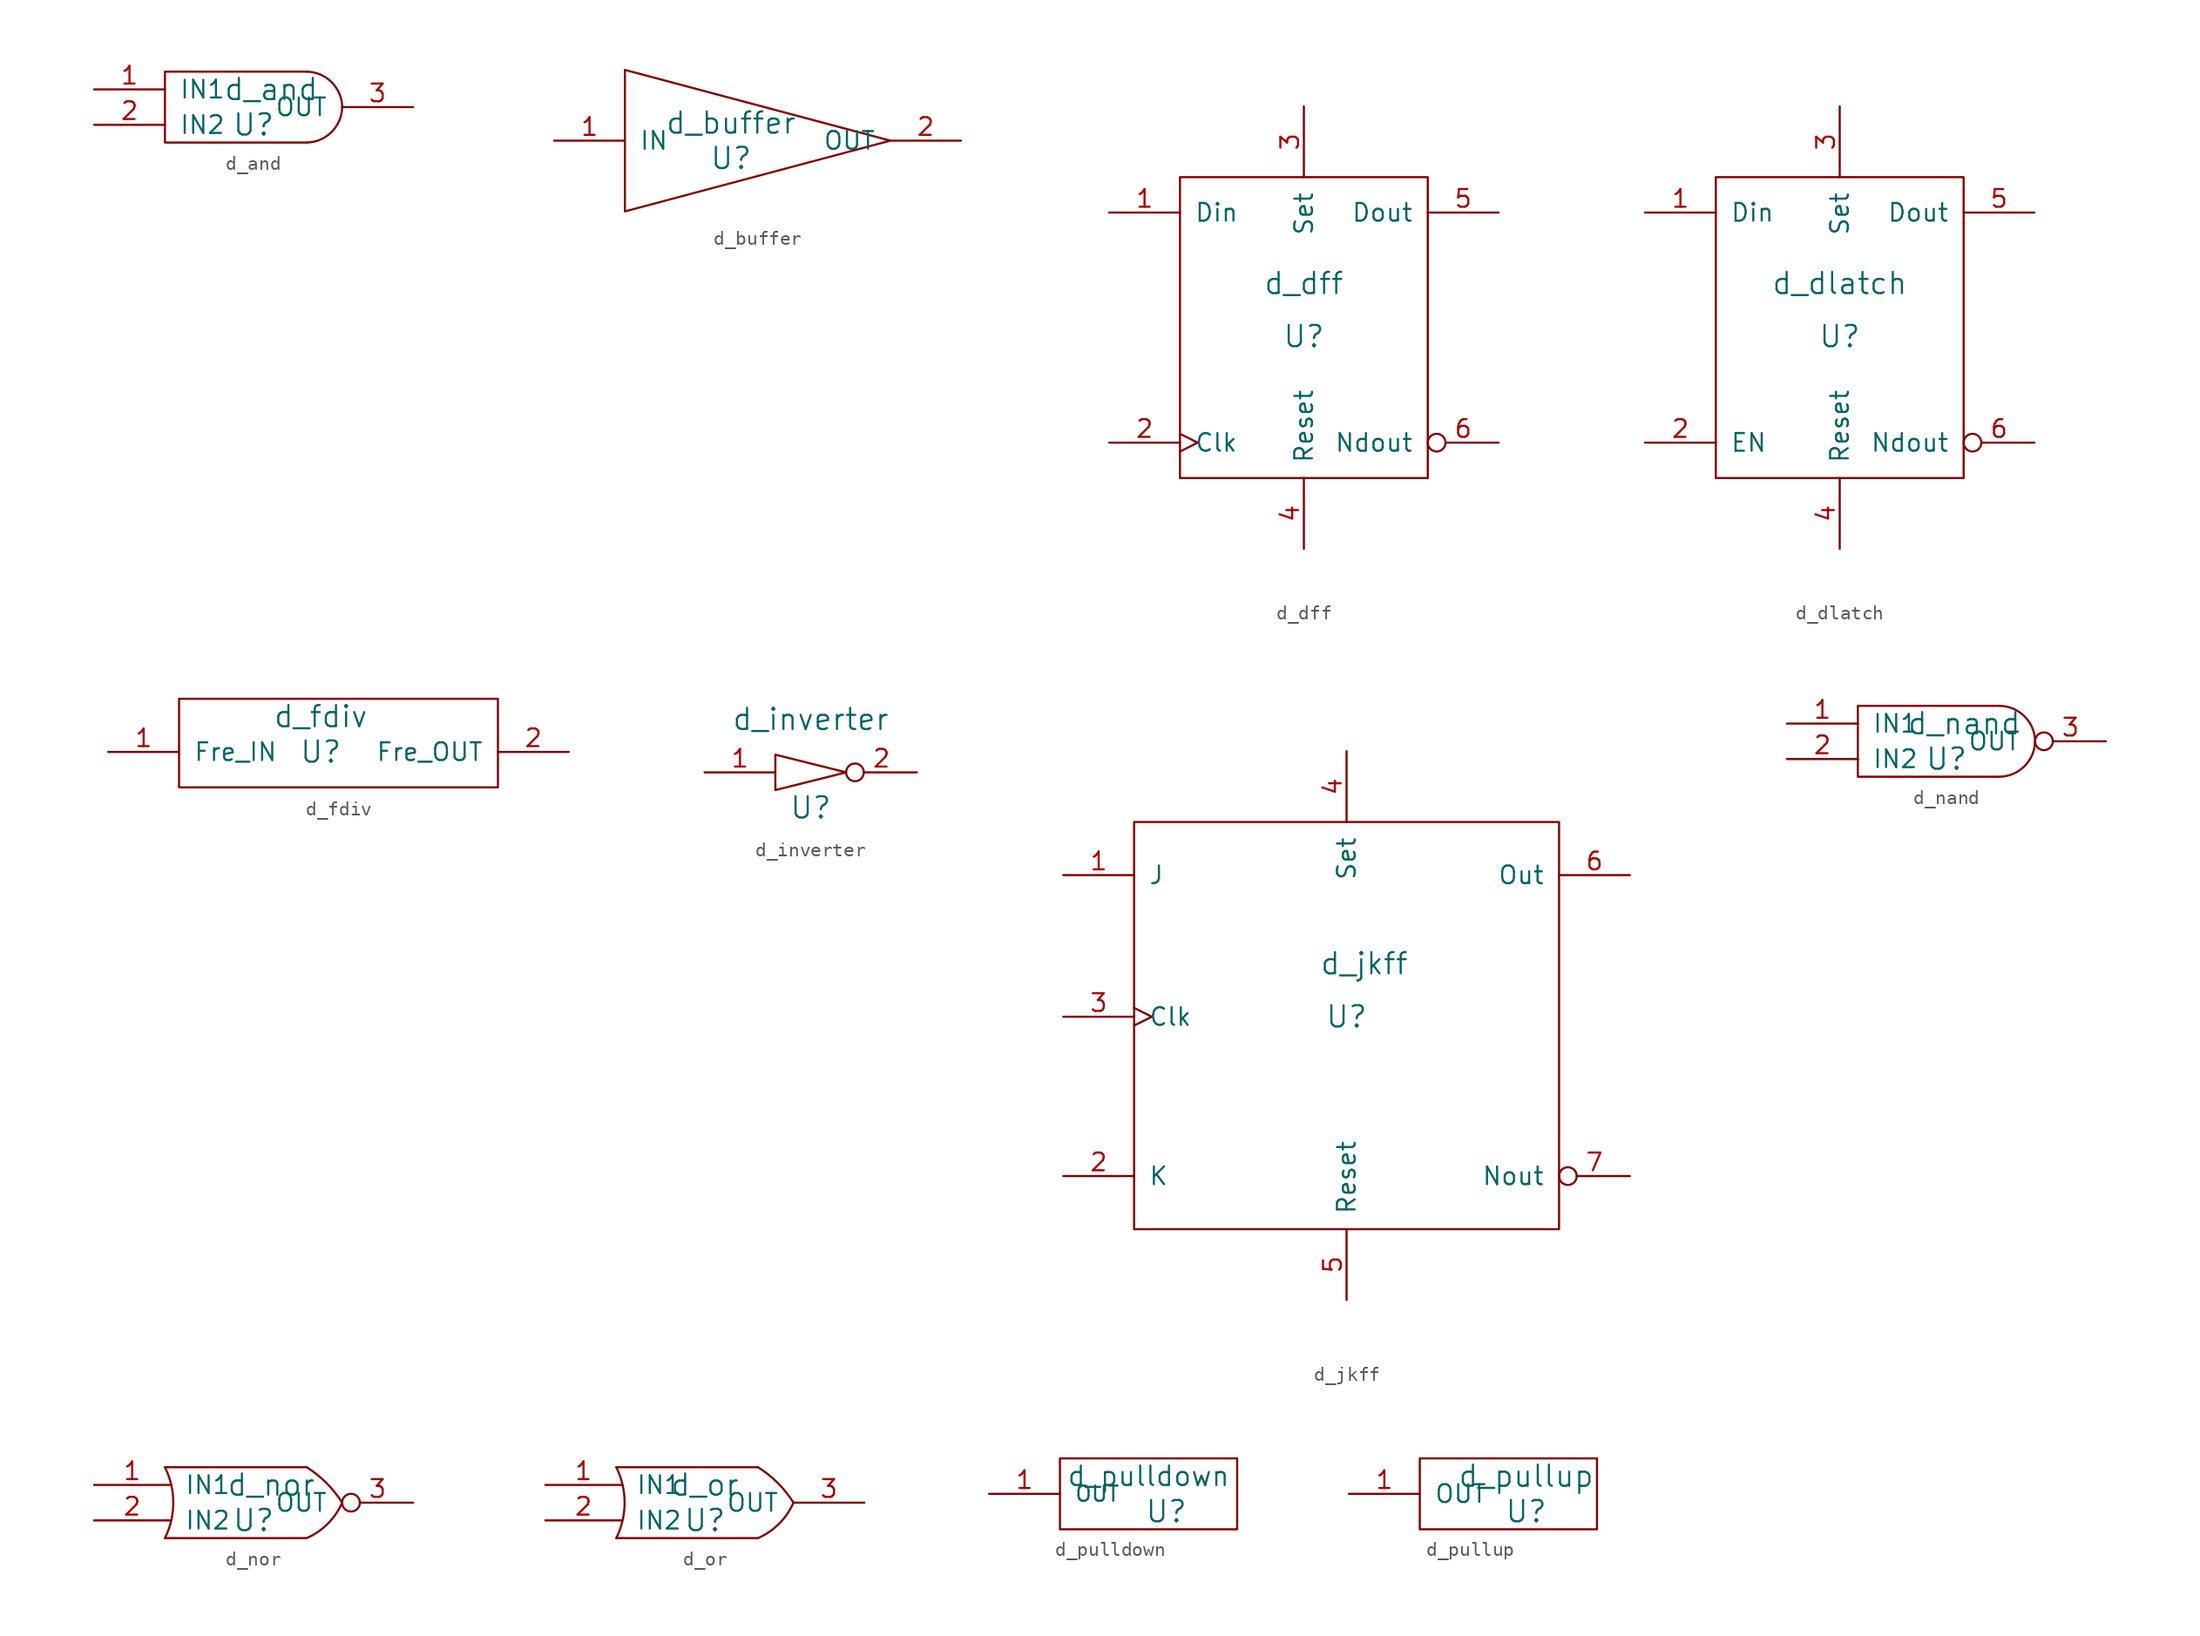
<source format=kicad_sym>
(kicad_symbol_lib
  (version 20211014)
  (generator kicad_symbol_editor)
  (symbol "d_and"
    (pin_names
      (offset 1.016))
    (property "Reference" "U"
      (at 0 0 0)
      (effects (font (size 1.524 1.524))))
    (property "Value" "d_and"
      (at 1.27 2.54 0)
      (effects (font (size 1.524 1.524))))
    (property "Footprint" ""
      (at 0 0 0)
      (effects (font (size 1.524 1.524))))
    (property "Datasheet" ""
      (at 0 0 0)
      (effects (font (size 1.524 1.524))))
    (symbol "d_and_0_1"
      (polyline (pts (xy 3.81 -1.27) (xy -6.35 -1.27) (xy -6.35 3.81) (xy 3.81 3.81)) (stroke (width 0) (type default) (color 0 0 0 0)) (fill (type none)))
      (arc (start 3.81 -1.27) (mid 5.5897 -0.5171) (end 6.35 1.27) (stroke (width 0) (type default) (color 0 0 0 0)) (fill (type none)))
      (arc (start 6.35 1.27) (mid 5.5971 3.0497) (end 3.81 3.81) (stroke (width 0) (type default) (color 0 0 0 0)) (fill (type none))))
    (symbol "d_and_1_1"
      (pin input line (at -11.43 2.54 0) (length 5.08) (name "IN1" (effects (font (size 1.27 1.27)))) (number "1" (effects (font (size 1.27 1.27)))))
      (pin input line (at -11.43 0 0) (length 5.08) (name "IN2" (effects (font (size 1.27 1.27)))) (number "2" (effects (font (size 1.27 1.27)))))
      (pin output line (at 11.43 1.27 180) (length 5.08) (name "OUT" (effects (font (size 1.27 1.27)))) (number "3" (effects (font (size 1.27 1.27)))))))
  (symbol "d_buffer"
    (pin_names
      (offset 1.016))
    (property "Reference" "U"
      (at 0 -1.27 0)
      (effects (font (size 1.524 1.524))))
    (property "Value" "d_buffer"
      (at 0 1.27 0)
      (effects (font (size 1.524 1.524))))
    (property "Footprint" ""
      (at 0 0 0)
      (effects (font (size 1.524 1.524))))
    (property "Datasheet" ""
      (at 0 0 0)
      (effects (font (size 1.524 1.524))))
    (symbol "d_buffer_0_1"
      (polyline (pts (xy -7.62 5.08) (xy -7.62 -5.08) (xy 11.43 0) (xy -7.62 5.08)) (stroke (width 0) (type default) (color 0 0 0 0)) (fill (type none))))
    (symbol "d_buffer_1_1"
      (pin input line (at -12.7 0 0) (length 5.08) (name "IN" (effects (font (size 1.27 1.27)))) (number "1" (effects (font (size 1.27 1.27)))))
      (pin output line (at 16.51 0 180) (length 5.08) (name "OUT" (effects (font (size 1.27 1.27)))) (number "2" (effects (font (size 1.27 1.27)))))))
  (symbol "d_dff"
    (pin_names
      (offset 1.016))
    (property "Reference" "U"
      (at 0 0 0)
      (effects (font (size 1.524 1.524))))
    (property "Value" "d_dff"
      (at 0 3.81 0)
      (effects (font (size 1.524 1.524))))
    (property "Footprint" ""
      (at 0 0 0)
      (effects (font (size 1.524 1.524))))
    (property "Datasheet" ""
      (at 0 0 0)
      (effects (font (size 1.524 1.524))))
    (symbol "d_dff_0_1"
      (rectangle (start 8.89 11.43) (end -8.89 -10.16) (stroke (width 0) (type default) (color 0 0 0 0)) (fill (type none))))
    (symbol "d_dff_1_1"
      (pin input line (at -13.97 8.89 0) (length 5.08) (name "Din" (effects (font (size 1.27 1.27)))) (number "1" (effects (font (size 1.27 1.27)))))
      (pin input clock (at -13.97 -7.62 0) (length 5.08) (name "Clk" (effects (font (size 1.27 1.27)))) (number "2" (effects (font (size 1.27 1.27)))))
      (pin input line (at 0 16.51 270) (length 5.08) (name "Set" (effects (font (size 1.27 1.27)))) (number "3" (effects (font (size 1.27 1.27)))))
      (pin input line (at 0 -15.24 90) (length 5.08) (name "Reset" (effects (font (size 1.27 1.27)))) (number "4" (effects (font (size 1.27 1.27)))))
      (pin output line (at 13.97 8.89 180) (length 5.08) (name "Dout" (effects (font (size 1.27 1.27)))) (number "5" (effects (font (size 1.27 1.27)))))
      (pin output inverted (at 13.97 -7.62 180) (length 5.08) (name "Ndout" (effects (font (size 1.27 1.27)))) (number "6" (effects (font (size 1.27 1.27)))))))
  (symbol "d_dlatch"
    (pin_names
      (offset 1.016))
    (property "Reference" "U"
      (at 0 0 0)
      (effects (font (size 1.524 1.524))))
    (property "Value" "d_dlatch"
      (at 0 3.81 0)
      (effects (font (size 1.524 1.524))))
    (property "Footprint" ""
      (at 0 0 0)
      (effects (font (size 1.524 1.524))))
    (property "Datasheet" ""
      (at 0 0 0)
      (effects (font (size 1.524 1.524))))
    (symbol "d_dlatch_0_1"
      (rectangle (start 8.89 11.43) (end -8.89 -10.16) (stroke (width 0) (type default) (color 0 0 0 0)) (fill (type none))))
    (symbol "d_dlatch_1_1"
      (pin input line (at -13.97 8.89 0) (length 5.08) (name "Din" (effects (font (size 1.27 1.27)))) (number "1" (effects (font (size 1.27 1.27)))))
      (pin input line (at -13.97 -7.62 0) (length 5.08) (name "EN" (effects (font (size 1.27 1.27)))) (number "2" (effects (font (size 1.27 1.27)))))
      (pin input line (at 0 16.51 270) (length 5.08) (name "Set" (effects (font (size 1.27 1.27)))) (number "3" (effects (font (size 1.27 1.27)))))
      (pin input line (at 0 -15.24 90) (length 5.08) (name "Reset" (effects (font (size 1.27 1.27)))) (number "4" (effects (font (size 1.27 1.27)))))
      (pin output line (at 13.97 8.89 180) (length 5.08) (name "Dout" (effects (font (size 1.27 1.27)))) (number "5" (effects (font (size 1.27 1.27)))))
      (pin output inverted (at 13.97 -7.62 180) (length 5.08) (name "Ndout" (effects (font (size 1.27 1.27)))) (number "6" (effects (font (size 1.27 1.27)))))))
  (symbol "d_fdiv"
    (pin_names
      (offset 1.016))
    (property "Reference" "U"
      (at 0 12.7 0)
      (effects (font (size 1.524 1.524))))
    (property "Value" "d_fdiv"
      (at 0 15.24 0)
      (effects (font (size 1.524 1.524))))
    (property "Footprint" ""
      (at 0 12.7 0)
      (effects (font (size 1.524 1.524))))
    (property "Datasheet" ""
      (at 0 12.7 0)
      (effects (font (size 1.524 1.524))))
    (symbol "d_fdiv_0_1"
      (rectangle (start -10.16 16.51) (end 12.7 10.16) (stroke (width 0) (type default) (color 0 0 0 0)) (fill (type none))))
    (symbol "d_fdiv_1_1"
      (pin input line (at -15.24 12.7 0) (length 5.08) (name "Fre_IN" (effects (font (size 1.27 1.27)))) (number "1" (effects (font (size 1.27 1.27)))))
      (pin output line (at 17.78 12.7 180) (length 5.08) (name "Fre_OUT" (effects (font (size 1.27 1.27)))) (number "2" (effects (font (size 1.27 1.27)))))))
  (symbol "d_inverter"
    (pin_names
      (offset 1.016))
    (property "Reference" "U"
      (at 0 -2.54 0)
      (effects (font (size 1.524 1.524))))
    (property "Value" "d_inverter"
      (at 0 3.81 0)
      (effects (font (size 1.524 1.524))))
    (property "Footprint" ""
      (at 1.27 -1.27 0)
      (effects (font (size 1.524 1.524))))
    (property "Datasheet" ""
      (at 1.27 -1.27 0)
      (effects (font (size 1.524 1.524))))
    (symbol "d_inverter_0_1"
      (polyline (pts (xy -2.54 1.27) (xy -2.54 -1.27) (xy 2.54 0) (xy -2.54 1.27)) (stroke (width 0) (type default) (color 0 0 0 0)) (fill (type none))))
    (symbol "d_inverter_1_1"
      (pin input line (at -7.62 0 0) (length 5.08) (name "~" (effects (font (size 1.27 1.27)))) (number "1" (effects (font (size 1.27 1.27)))))
      (pin output inverted (at 7.62 0 180) (length 5.08) (name "~" (effects (font (size 1.27 1.27)))) (number "2" (effects (font (size 1.27 1.27)))))))
  (symbol "d_jkff"
    (pin_names
      (offset 1.016))
    (property "Reference" "U"
      (at 0 0 0)
      (effects (font (size 1.524 1.524))))
    (property "Value" "d_jkff"
      (at 1.27 3.81 0)
      (effects (font (size 1.524 1.524))))
    (property "Footprint" ""
      (at 0 0 0)
      (effects (font (size 1.524 1.524))))
    (property "Datasheet" ""
      (at 0 0 0)
      (effects (font (size 1.524 1.524))))
    (symbol "d_jkff_0_1"
      (rectangle (start 15.24 13.97) (end -15.24 -15.24) (stroke (width 0) (type default) (color 0 0 0 0)) (fill (type none))))
    (symbol "d_jkff_1_1"
      (pin input line (at -20.32 10.16 0) (length 5.08) (name "J" (effects (font (size 1.27 1.27)))) (number "1" (effects (font (size 1.27 1.27)))))
      (pin input line (at -20.32 -11.43 0) (length 5.08) (name "K" (effects (font (size 1.27 1.27)))) (number "2" (effects (font (size 1.27 1.27)))))
      (pin input clock (at -20.32 0 0) (length 5.08) (name "Clk" (effects (font (size 1.27 1.27)))) (number "3" (effects (font (size 1.27 1.27)))))
      (pin input line (at 0 19.05 270) (length 5.08) (name "Set" (effects (font (size 1.27 1.27)))) (number "4" (effects (font (size 1.27 1.27)))))
      (pin input line (at 0 -20.32 90) (length 5.08) (name "Reset" (effects (font (size 1.27 1.27)))) (number "5" (effects (font (size 1.27 1.27)))))
      (pin output line (at 20.32 10.16 180) (length 5.08) (name "Out" (effects (font (size 1.27 1.27)))) (number "6" (effects (font (size 1.27 1.27)))))
      (pin output inverted (at 20.32 -11.43 180) (length 5.08) (name "Nout" (effects (font (size 1.27 1.27)))) (number "7" (effects (font (size 1.27 1.27)))))))
  (symbol "d_nand"
    (pin_names
      (offset 1.016))
    (property "Reference" "U"
      (at 0 0 0)
      (effects (font (size 1.524 1.524))))
    (property "Value" "d_nand"
      (at 1.27 2.54 0)
      (effects (font (size 1.524 1.524))))
    (property "Footprint" ""
      (at 0 0 0)
      (effects (font (size 1.524 1.524))))
    (property "Datasheet" ""
      (at 0 0 0)
      (effects (font (size 1.524 1.524))))
    (symbol "d_nand_0_1"
      (polyline (pts (xy 3.81 -1.27) (xy -6.35 -1.27) (xy -6.35 3.81) (xy 3.81 3.81)) (stroke (width 0) (type default) (color 0 0 0 0)) (fill (type none)))
      (arc (start 3.81 -1.27) (mid 5.5897 -0.5171) (end 6.35 1.27) (stroke (width 0) (type default) (color 0 0 0 0)) (fill (type none)))
      (arc (start 6.35 1.27) (mid 5.5971 3.0497) (end 3.81 3.81) (stroke (width 0) (type default) (color 0 0 0 0)) (fill (type none))))
    (symbol "d_nand_1_1"
      (pin input line (at -11.43 2.54 0) (length 5.08) (name "IN1" (effects (font (size 1.27 1.27)))) (number "1" (effects (font (size 1.27 1.27)))))
      (pin input line (at -11.43 0 0) (length 5.08) (name "IN2" (effects (font (size 1.27 1.27)))) (number "2" (effects (font (size 1.27 1.27)))))
      (pin output inverted (at 11.43 1.27 180) (length 5.08) (name "OUT" (effects (font (size 1.27 1.27)))) (number "3" (effects (font (size 1.27 1.27)))))))
  (symbol "d_nor"
    (pin_names
      (offset 1.016))
    (property "Reference" "U"
      (at 0 0 0)
      (effects (font (size 1.524 1.524))))
    (property "Value" "d_nor"
      (at 1.27 2.54 0)
      (effects (font (size 1.524 1.524))))
    (property "Footprint" ""
      (at 0 0 0)
      (effects (font (size 1.524 1.524))))
    (property "Datasheet" ""
      (at 0 0 0)
      (effects (font (size 1.524 1.524))))
    (symbol "d_nor_0_1"
      (arc (start -6.35 -1.27) (mid -5.7504 1.27) (end -6.35 3.81) (stroke (width 0) (type default) (color 0 0 0 0)) (fill (type none)))
      (polyline (pts (xy -6.35 -1.27) (xy 3.81 -1.27)) (stroke (width 0) (type default) (color 0 0 0 0)) (fill (type none)))
      (polyline (pts (xy -6.35 3.81) (xy 3.81 3.81)) (stroke (width 0) (type default) (color 0 0 0 0)) (fill (type none)))
      (arc (start 3.81 -1.27) (mid 5.3181 -0.2399) (end 6.35 1.27) (stroke (width 0) (type default) (color 0 0 0 0)) (fill (type none)))
      (arc (start 6.35 1.27) (mid 5.2222 2.6828) (end 3.81 3.81) (stroke (width 0) (type default) (color 0 0 0 0)) (fill (type none))))
    (symbol "d_nor_1_1"
      (pin input line (at -11.43 2.54 0) (length 5.461) (name "IN1" (effects (font (size 1.27 1.27)))) (number "1" (effects (font (size 1.27 1.27)))))
      (pin input line (at -11.43 0 0) (length 5.461) (name "IN2" (effects (font (size 1.27 1.27)))) (number "2" (effects (font (size 1.27 1.27)))))
      (pin output inverted (at 11.43 1.27 180) (length 5.08) (name "OUT" (effects (font (size 1.27 1.27)))) (number "3" (effects (font (size 1.27 1.27)))))))
  (symbol "d_or"
    (pin_names
      (offset 1.016))
    (property "Reference" "U"
      (at 0 0 0)
      (effects (font (size 1.524 1.524))))
    (property "Value" "d_or"
      (at 0 2.54 0)
      (effects (font (size 1.524 1.524))))
    (property "Footprint" ""
      (at 0 0 0)
      (effects (font (size 1.524 1.524))))
    (property "Datasheet" ""
      (at 0 0 0)
      (effects (font (size 1.524 1.524))))
    (symbol "d_or_0_1"
      (arc (start -6.35 -1.27) (mid -5.7504 1.27) (end -6.35 3.81) (stroke (width 0) (type default) (color 0 0 0 0)) (fill (type none)))
      (polyline (pts (xy -6.35 -1.27) (xy 3.81 -1.27)) (stroke (width 0) (type default) (color 0 0 0 0)) (fill (type none)))
      (polyline (pts (xy -6.35 3.81) (xy 3.81 3.81)) (stroke (width 0) (type default) (color 0 0 0 0)) (fill (type none)))
      (arc (start 3.81 -1.27) (mid 5.3181 -0.2399) (end 6.35 1.27) (stroke (width 0) (type default) (color 0 0 0 0)) (fill (type none)))
      (arc (start 6.35 1.27) (mid 5.2222 2.6828) (end 3.81 3.81) (stroke (width 0) (type default) (color 0 0 0 0)) (fill (type none))))
    (symbol "d_or_1_1"
      (pin input line (at -11.43 2.54 0) (length 5.461) (name "IN1" (effects (font (size 1.27 1.27)))) (number "1" (effects (font (size 1.27 1.27)))))
      (pin input line (at -11.43 0 0) (length 5.461) (name "IN2" (effects (font (size 1.27 1.27)))) (number "2" (effects (font (size 1.27 1.27)))))
      (pin output line (at 11.43 1.27 180) (length 5.08) (name "OUT" (effects (font (size 1.27 1.27)))) (number "3" (effects (font (size 1.27 1.27)))))))
  (symbol "d_pulldown"
    (pin_names
      (offset 1.016))
    (property "Reference" "U"
      (at 0 5.08 0)
      (effects (font (size 1.524 1.524))))
    (property "Value" "d_pulldown"
      (at -1.27 7.62 0)
      (effects (font (size 1.397 1.397))))
    (property "Footprint" ""
      (at 0 5.08 0)
      (effects (font (size 1.524 1.524))))
    (property "Datasheet" ""
      (at 0 5.08 0)
      (effects (font (size 1.524 1.524))))
    (symbol "d_pulldown_0_1"
      (rectangle (start 5.08 8.89) (end -7.62 3.81) (stroke (width 0) (type default) (color 0 0 0 0)) (fill (type none))))
    (symbol "d_pulldown_1_1"
      (pin input line (at -12.7 6.35 0) (length 5.08) (name "OUT" (effects (font (size 1.092 1.092)))) (number "1" (effects (font (size 1.27 1.27)))))))
  (symbol "d_pullup"
    (pin_names
      (offset 1.016))
    (property "Reference" "U"
      (at 0 0 0)
      (effects (font (size 1.524 1.524))))
    (property "Value" "d_pullup"
      (at 0 2.54 0)
      (effects (font (size 1.524 1.524))))
    (property "Footprint" ""
      (at 0 0 0)
      (effects (font (size 1.524 1.524))))
    (property "Datasheet" ""
      (at 0 0 0)
      (effects (font (size 1.524 1.524))))
    (symbol "d_pullup_0_1"
      (rectangle (start 5.08 3.81) (end -7.62 -1.27) (stroke (width 0) (type default) (color 0 0 0 0)) (fill (type none))))
    (symbol "d_pullup_1_1"
      (pin input line (at -12.7 1.27 0) (length 5.08) (name "OUT" (effects (font (size 1.27 1.27)))) (number "1" (effects (font (size 1.27 1.27))))))))
</source>
